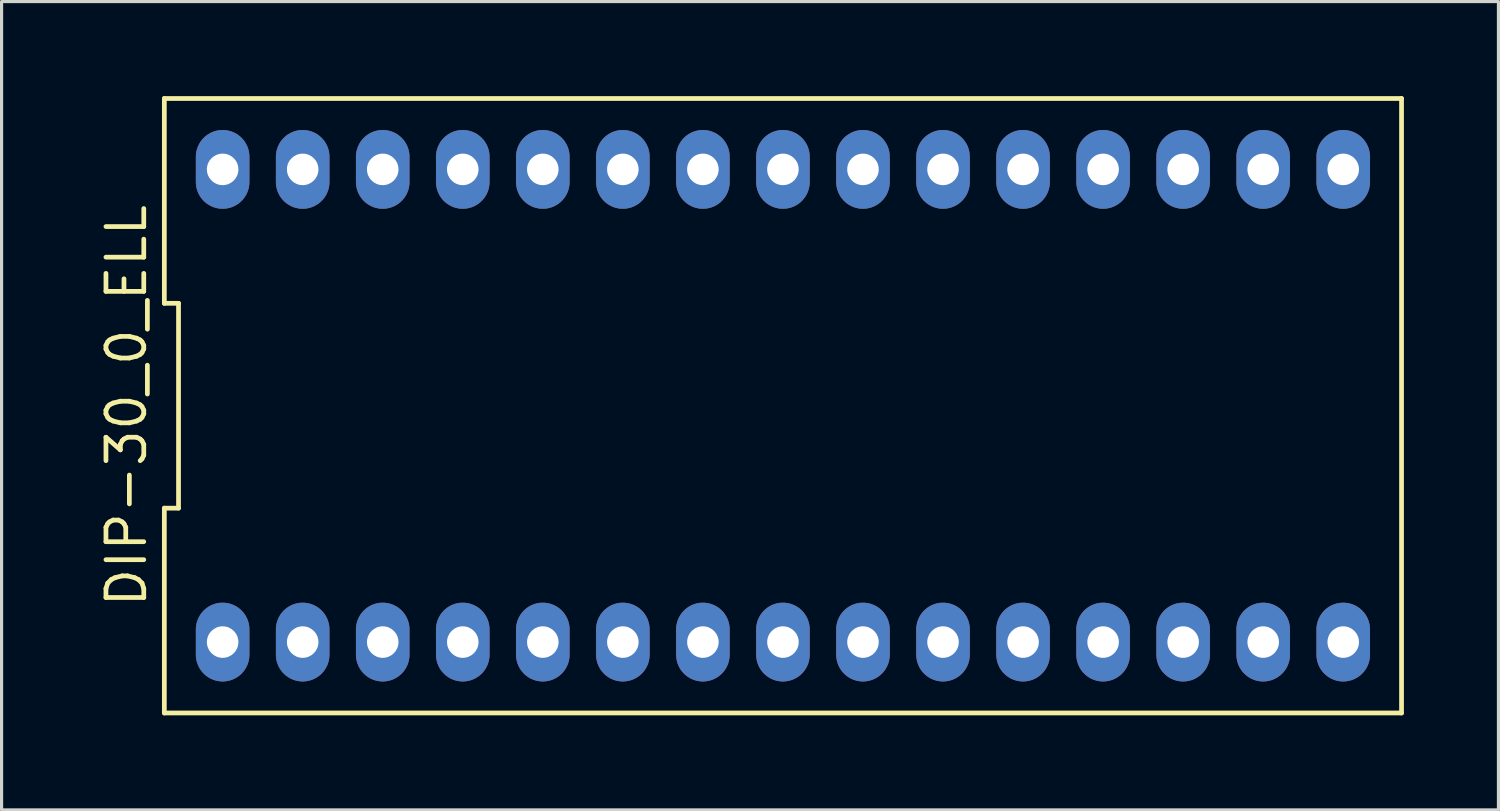
<source format=kicad_pcb>
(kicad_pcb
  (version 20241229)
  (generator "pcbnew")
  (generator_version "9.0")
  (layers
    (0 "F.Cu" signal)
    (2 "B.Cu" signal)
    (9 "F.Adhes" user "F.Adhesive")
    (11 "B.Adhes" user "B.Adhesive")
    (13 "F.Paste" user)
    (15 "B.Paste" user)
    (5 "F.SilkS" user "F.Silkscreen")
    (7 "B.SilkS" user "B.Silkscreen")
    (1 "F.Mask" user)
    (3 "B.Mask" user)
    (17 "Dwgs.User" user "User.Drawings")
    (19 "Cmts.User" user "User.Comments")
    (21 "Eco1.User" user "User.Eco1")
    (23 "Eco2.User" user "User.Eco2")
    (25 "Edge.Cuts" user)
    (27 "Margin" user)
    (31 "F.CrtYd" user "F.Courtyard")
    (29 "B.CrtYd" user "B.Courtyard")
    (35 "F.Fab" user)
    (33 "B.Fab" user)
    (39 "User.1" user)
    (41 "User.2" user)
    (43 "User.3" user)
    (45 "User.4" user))
  (footprint "DIP-30_0_ELL"
    (layer "F.Cu")
    (at 21.795 9.825)
    (property "Reference" "DIP-30_0_ELL" (at -20.83 0 90) (layer "F.SilkS") (effects (font (size 1.2 1.2) (thickness 0.15))))
    (attr through_hole)
    (fp_line (start -19.63 -9.75) (end -19.63 -3.25) (stroke (width 0.15) (type solid)) (layer "F.SilkS"))
    (fp_line (start -19.63 -3.25) (end -19.18 -3.25) (stroke (width 0.15) (type solid)) (layer "F.SilkS"))
    (fp_line (start -19.63 3.25) (end -19.63 9.75) (stroke (width 0.15) (type solid)) (layer "F.SilkS"))
    (fp_line (start -19.63 9.75) (end 19.63 9.75) (stroke (width 0.15) (type solid)) (layer "F.SilkS"))
    (fp_line (start -19.18 -3.25) (end -19.18 3.25) (stroke (width 0.15) (type solid)) (layer "F.SilkS"))
    (fp_line (start -19.18 3.25) (end -19.63 3.25) (stroke (width 0.15) (type solid)) (layer "F.SilkS"))
    (fp_line (start 19.63 -9.75) (end -19.63 -9.75) (stroke (width 0.15) (type solid)) (layer "F.SilkS"))
    (fp_line (start 19.63 9.75) (end 19.63 -9.75) (stroke (width 0.15) (type solid)) (layer "F.SilkS"))
    (pad "1" thru_hole oval (at -17.78 7.5) (size 1.7 2.5) (drill 1) (layers "*.Cu" "*.Mask"))
    (pad "2" thru_hole oval (at -15.24 7.5) (size 1.7 2.5) (drill 1) (layers "*.Cu" "*.Mask"))
    (pad "3" thru_hole oval (at -12.7 7.5) (size 1.7 2.5) (drill 1) (layers "*.Cu" "*.Mask"))
    (pad "4" thru_hole oval (at -10.16 7.5) (size 1.7 2.5) (drill 1) (layers "*.Cu" "*.Mask"))
    (pad "5" thru_hole oval (at -7.62 7.5) (size 1.7 2.5) (drill 1) (layers "*.Cu" "*.Mask"))
    (pad "6" thru_hole oval (at -5.08 7.5) (size 1.7 2.5) (drill 1) (layers "*.Cu" "*.Mask"))
    (pad "7" thru_hole oval (at -2.54 7.5) (size 1.7 2.5) (drill 1) (layers "*.Cu" "*.Mask"))
    (pad "8" thru_hole oval (at 0 7.5) (size 1.7 2.5) (drill 1) (layers "*.Cu" "*.Mask"))
    (pad "9" thru_hole oval (at 2.54 7.5) (size 1.7 2.5) (drill 1) (layers "*.Cu" "*.Mask"))
    (pad "10" thru_hole oval (at 5.08 7.5) (size 1.7 2.5) (drill 1) (layers "*.Cu" "*.Mask"))
    (pad "11" thru_hole oval (at 7.62 7.5) (size 1.7 2.5) (drill 1) (layers "*.Cu" "*.Mask"))
    (pad "12" thru_hole oval (at 10.16 7.5) (size 1.7 2.5) (drill 1) (layers "*.Cu" "*.Mask"))
    (pad "13" thru_hole oval (at 12.7 7.5) (size 1.7 2.5) (drill 1) (layers "*.Cu" "*.Mask"))
    (pad "14" thru_hole oval (at 15.24 7.5) (size 1.7 2.5) (drill 1) (layers "*.Cu" "*.Mask"))
    (pad "15" thru_hole oval (at 17.78 7.5) (size 1.7 2.5) (drill 1) (layers "*.Cu" "*.Mask"))
    (pad "16" thru_hole oval (at 17.78 -7.5) (size 1.7 2.5) (drill 1) (layers "*.Cu" "*.Mask"))
    (pad "17" thru_hole oval (at 15.24 -7.5) (size 1.7 2.5) (drill 1) (layers "*.Cu" "*.Mask"))
    (pad "18" thru_hole oval (at 12.7 -7.5) (size 1.7 2.5) (drill 1) (layers "*.Cu" "*.Mask"))
    (pad "19" thru_hole oval (at 10.16 -7.5) (size 1.7 2.5) (drill 1) (layers "*.Cu" "*.Mask"))
    (pad "20" thru_hole oval (at 7.62 -7.5) (size 1.7 2.5) (drill 1) (layers "*.Cu" "*.Mask"))
    (pad "21" thru_hole oval (at 5.08 -7.5) (size 1.7 2.5) (drill 1) (layers "*.Cu" "*.Mask"))
    (pad "22" thru_hole oval (at 2.54 -7.5) (size 1.7 2.5) (drill 1) (layers "*.Cu" "*.Mask"))
    (pad "23" thru_hole oval (at 0 -7.5) (size 1.7 2.5) (drill 1) (layers "*.Cu" "*.Mask"))
    (pad "24" thru_hole oval (at -2.54 -7.5) (size 1.7 2.5) (drill 1) (layers "*.Cu" "*.Mask"))
    (pad "25" thru_hole oval (at -5.08 -7.5) (size 1.7 2.5) (drill 1) (layers "*.Cu" "*.Mask"))
    (pad "26" thru_hole oval (at -7.62 -7.5) (size 1.7 2.5) (drill 1) (layers "*.Cu" "*.Mask"))
    (pad "27" thru_hole oval (at -10.16 -7.5) (size 1.7 2.5) (drill 1) (layers "*.Cu" "*.Mask"))
    (pad "28" thru_hole oval (at -12.7 -7.5) (size 1.7 2.5) (drill 1) (layers "*.Cu" "*.Mask"))
    (pad "29" thru_hole oval (at -15.24 -7.5) (size 1.7 2.5) (drill 1) (layers "*.Cu" "*.Mask"))
    (pad "30" thru_hole oval (at -17.78 -7.5) (size 1.7 2.5) (drill 1) (layers "*.Cu" "*.Mask")))
  (gr_rect
    (start -3 -3)
    (end 44.5 22.65)
    (stroke (width 0.1) (type default))
    (fill no)
    (layer "Edge.Cuts")))
</source>
